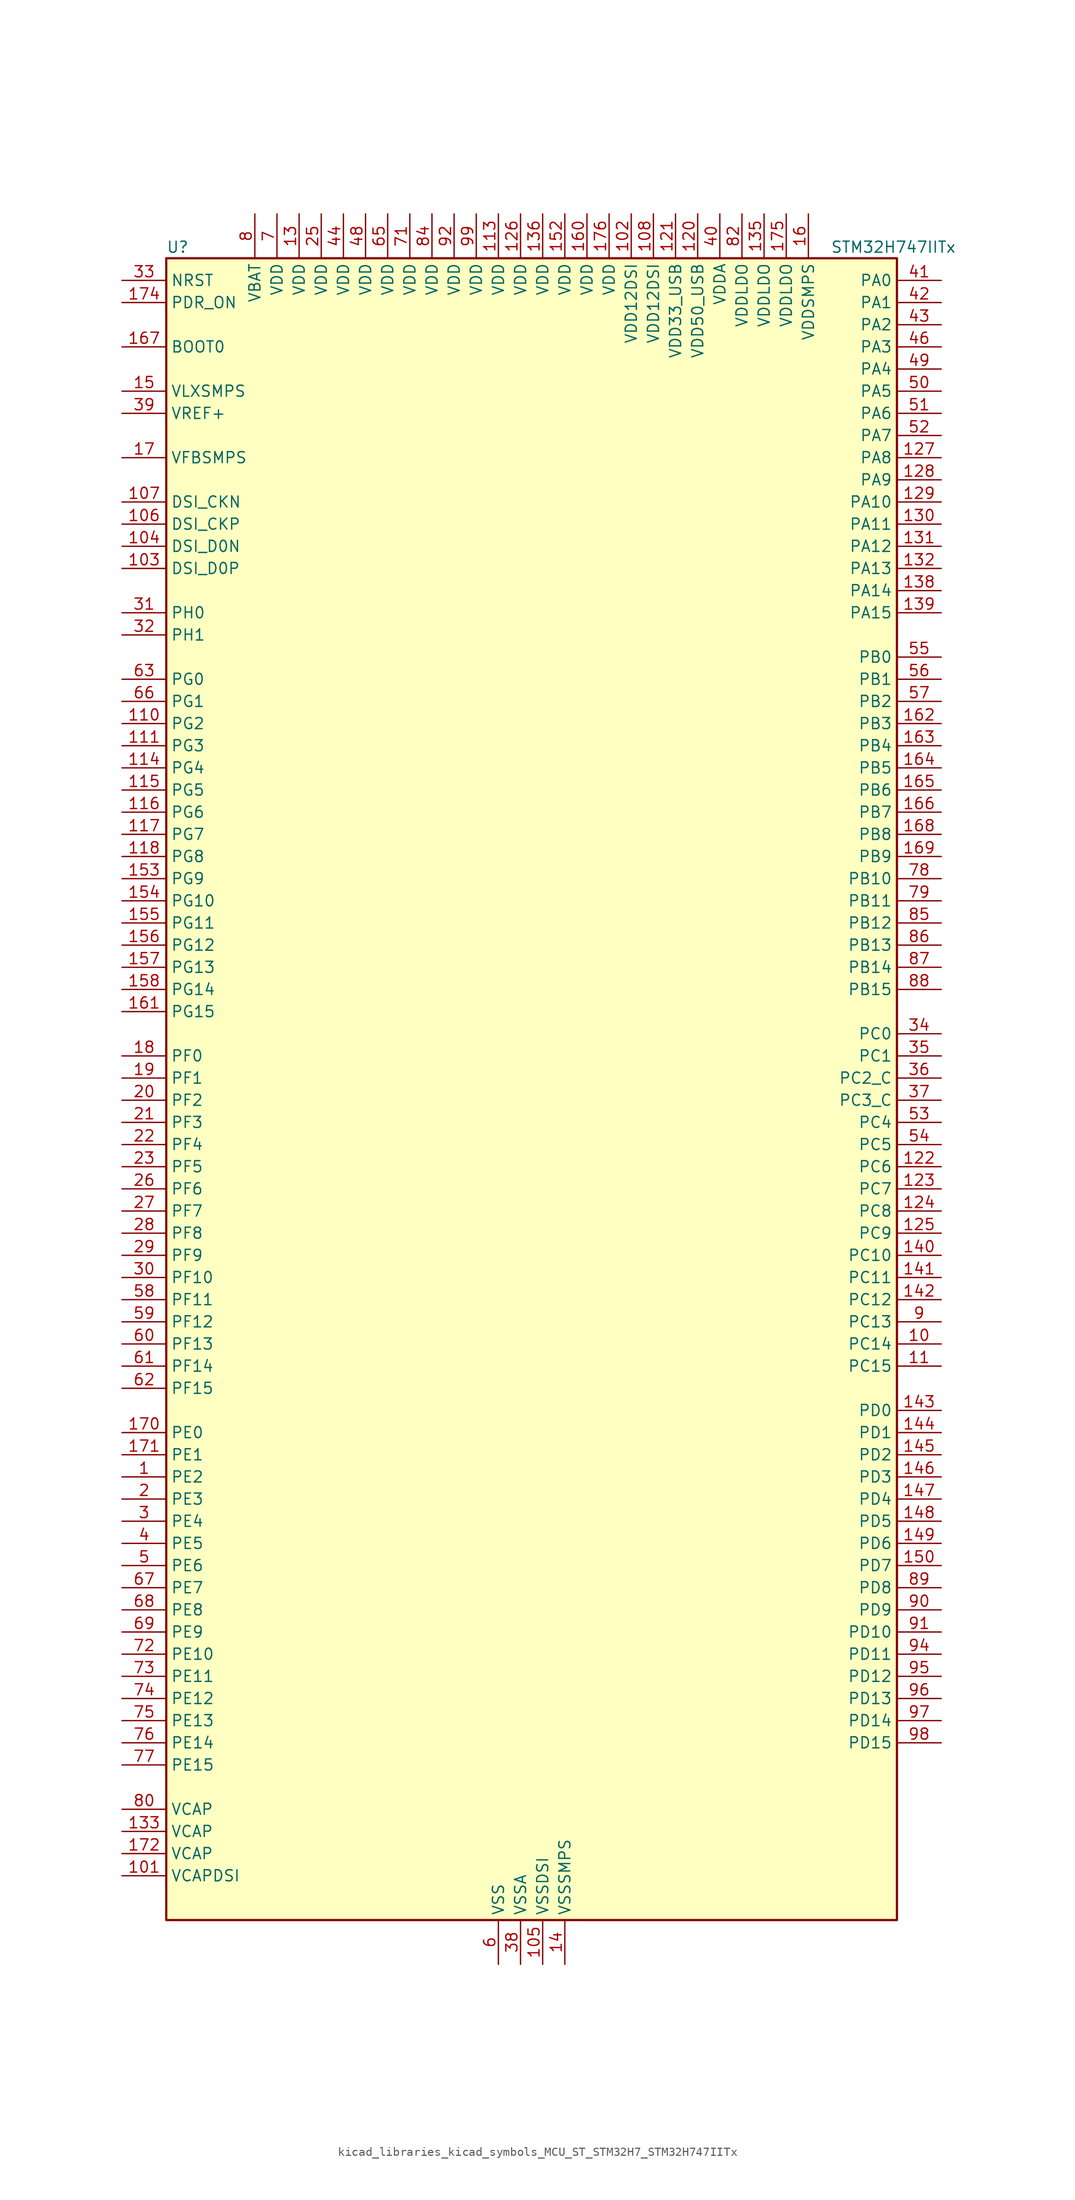
<source format=kicad_sym>
(kicad_symbol_lib
  (version 20220914)
  (generator kicad_symbol_editor)
  (symbol "kicad_libraries_kicad_symbols_MCU_ST_STM32H7_STM32H747IITx"
    (property "Reference" "U"
      (at -40.64 97.79 0)
      (effects (font (size 1.27 1.27)) (justify left)))
    (property "Value" "STM32H747IITx"
      (at 35.56 97.79 0)
      (effects (font (size 1.27 1.27)) (justify left)))
    (property "ki_locked" ""
      (at 0 0 0)
      (effects (font (size 1.27 1.27))))
    (symbol "kicad_libraries_kicad_symbols_MCU_ST_STM32H7_STM32H747IITx_0_1"
      (rectangle (start -40.64 -93.98) (end 43.18 96.52) (stroke (width 0.254) (type default)) (fill (type background))))
    (symbol "kicad_libraries_kicad_symbols_MCU_ST_STM32H7_STM32H747IITx_1_1"
      (pin bidirectional line (at -45.72 -43.18 0) (length 5.08) (name "PE2" (effects (font (size 1.27 1.27)))) (number "1" (effects (font (size 1.27 1.27)))) (alternate "DEBUG_TRACECLK" bidirectional line) (alternate "ETH_TXD3" bidirectional line) (alternate "FMC_A23" bidirectional line) (alternate "QUADSPI_BK1_IO2" bidirectional line) (alternate "SAI1_CK1" bidirectional line) (alternate "SAI1_MCLK_A" bidirectional line) (alternate "SAI4_CK1" bidirectional line) (alternate "SAI4_MCLK_A" bidirectional line) (alternate "SPI4_SCK" bidirectional line))
      (pin bidirectional line (at 48.26 -27.94 180) (length 5.08) (name "PC14" (effects (font (size 1.27 1.27)))) (number "10" (effects (font (size 1.27 1.27)))) (alternate "RCC_OSC32_IN" bidirectional line))
      (pin passive line (at -2.54 -99.06 90) (length 5.08) hide (name "VSS" (effects (font (size 1.27 1.27)))) (number "100" (effects (font (size 1.27 1.27)))))
      (pin power_out line (at -45.72 -88.9 0) (length 5.08) (name "VCAPDSI" (effects (font (size 1.27 1.27)))) (number "101" (effects (font (size 1.27 1.27)))))
      (pin power_in line (at 12.7 101.6 270) (length 5.08) (name "VDD12DSI" (effects (font (size 1.27 1.27)))) (number "102" (effects (font (size 1.27 1.27)))))
      (pin bidirectional line (at -45.72 60.96 0) (length 5.08) (name "DSI_D0P" (effects (font (size 1.27 1.27)))) (number "103" (effects (font (size 1.27 1.27)))) (alternate "DSIHOST_D0P" bidirectional line))
      (pin bidirectional line (at -45.72 63.5 0) (length 5.08) (name "DSI_D0N" (effects (font (size 1.27 1.27)))) (number "104" (effects (font (size 1.27 1.27)))) (alternate "DSIHOST_D0N" bidirectional line))
      (pin power_in line (at 2.54 -99.06 90) (length 5.08) (name "VSSDSI" (effects (font (size 1.27 1.27)))) (number "105" (effects (font (size 1.27 1.27)))))
      (pin bidirectional line (at -45.72 66.04 0) (length 5.08) (name "DSI_CKP" (effects (font (size 1.27 1.27)))) (number "106" (effects (font (size 1.27 1.27)))) (alternate "DSIHOST_CKP" bidirectional line))
      (pin bidirectional line (at -45.72 68.58 0) (length 5.08) (name "DSI_CKN" (effects (font (size 1.27 1.27)))) (number "107" (effects (font (size 1.27 1.27)))) (alternate "DSIHOST_CKN" bidirectional line))
      (pin power_in line (at 15.24 101.6 270) (length 5.08) (name "VDD12DSI" (effects (font (size 1.27 1.27)))) (number "108" (effects (font (size 1.27 1.27)))))
      (pin passive line (at 2.54 -99.06 90) (length 5.08) hide (name "VSSDSI" (effects (font (size 1.27 1.27)))) (number "109" (effects (font (size 1.27 1.27)))))
      (pin bidirectional line (at 48.26 -30.48 180) (length 5.08) (name "PC15" (effects (font (size 1.27 1.27)))) (number "11" (effects (font (size 1.27 1.27)))) (alternate "ADC1_EXTI15" bidirectional line) (alternate "ADC2_EXTI15" bidirectional line) (alternate "ADC3_EXTI15" bidirectional line) (alternate "RCC_OSC32_OUT" bidirectional line))
      (pin bidirectional line (at -45.72 43.18 0) (length 5.08) (name "PG2" (effects (font (size 1.27 1.27)))) (number "110" (effects (font (size 1.27 1.27)))) (alternate "FMC_A12" bidirectional line) (alternate "TIM8_BKIN" bidirectional line) (alternate "TIM8_BKIN_COMP1" bidirectional line) (alternate "TIM8_BKIN_COMP2" bidirectional line))
      (pin bidirectional line (at -45.72 40.64 0) (length 5.08) (name "PG3" (effects (font (size 1.27 1.27)))) (number "111" (effects (font (size 1.27 1.27)))) (alternate "FMC_A13" bidirectional line) (alternate "TIM8_BKIN2" bidirectional line) (alternate "TIM8_BKIN2_COMP1" bidirectional line) (alternate "TIM8_BKIN2_COMP2" bidirectional line))
      (pin passive line (at -2.54 -99.06 90) (length 5.08) hide (name "VSS" (effects (font (size 1.27 1.27)))) (number "112" (effects (font (size 1.27 1.27)))))
      (pin power_in line (at -2.54 101.6 270) (length 5.08) (name "VDD" (effects (font (size 1.27 1.27)))) (number "113" (effects (font (size 1.27 1.27)))))
      (pin bidirectional line (at -45.72 38.1 0) (length 5.08) (name "PG4" (effects (font (size 1.27 1.27)))) (number "114" (effects (font (size 1.27 1.27)))) (alternate "FMC_A14" bidirectional line) (alternate "FMC_BA0" bidirectional line) (alternate "TIM1_BKIN2" bidirectional line) (alternate "TIM1_BKIN2_COMP1" bidirectional line) (alternate "TIM1_BKIN2_COMP2" bidirectional line))
      (pin bidirectional line (at -45.72 35.56 0) (length 5.08) (name "PG5" (effects (font (size 1.27 1.27)))) (number "115" (effects (font (size 1.27 1.27)))) (alternate "FMC_A15" bidirectional line) (alternate "FMC_BA1" bidirectional line) (alternate "TIM1_ETR" bidirectional line))
      (pin bidirectional line (at -45.72 33.02 0) (length 5.08) (name "PG6" (effects (font (size 1.27 1.27)))) (number "116" (effects (font (size 1.27 1.27)))) (alternate "DCMI_D12" bidirectional line) (alternate "FMC_NE3" bidirectional line) (alternate "HRTIM_CHE1" bidirectional line) (alternate "LTDC_R7" bidirectional line) (alternate "QUADSPI_BK1_NCS" bidirectional line) (alternate "TIM17_BKIN" bidirectional line))
      (pin bidirectional line (at -45.72 30.48 0) (length 5.08) (name "PG7" (effects (font (size 1.27 1.27)))) (number "117" (effects (font (size 1.27 1.27)))) (alternate "DCMI_D13" bidirectional line) (alternate "FMC_INT" bidirectional line) (alternate "HRTIM_CHE2" bidirectional line) (alternate "LTDC_CLK" bidirectional line) (alternate "SAI1_MCLK_A" bidirectional line) (alternate "USART6_CK" bidirectional line))
      (pin bidirectional line (at -45.72 27.94 0) (length 5.08) (name "PG8" (effects (font (size 1.27 1.27)))) (number "118" (effects (font (size 1.27 1.27)))) (alternate "ETH_PPS_OUT" bidirectional line) (alternate "FMC_SDCLK" bidirectional line) (alternate "LTDC_G7" bidirectional line) (alternate "SPDIFRX1_IN2" bidirectional line) (alternate "SPI6_NSS" bidirectional line) (alternate "TIM8_ETR" bidirectional line) (alternate "USART6_DE" bidirectional line) (alternate "USART6_RTS" bidirectional line))
      (pin passive line (at -2.54 -99.06 90) (length 5.08) hide (name "VSS" (effects (font (size 1.27 1.27)))) (number "119" (effects (font (size 1.27 1.27)))))
      (pin passive line (at -2.54 -99.06 90) (length 5.08) hide (name "VSS" (effects (font (size 1.27 1.27)))) (number "12" (effects (font (size 1.27 1.27)))))
      (pin power_in line (at 20.32 101.6 270) (length 5.08) (name "VDD50_USB" (effects (font (size 1.27 1.27)))) (number "120" (effects (font (size 1.27 1.27)))))
      (pin power_in line (at 17.78 101.6 270) (length 5.08) (name "VDD33_USB" (effects (font (size 1.27 1.27)))) (number "121" (effects (font (size 1.27 1.27)))))
      (pin bidirectional line (at 48.26 -7.62 180) (length 5.08) (name "PC6" (effects (font (size 1.27 1.27)))) (number "122" (effects (font (size 1.27 1.27)))) (alternate "DCMI_D0" bidirectional line) (alternate "DFSDM1_CKIN3" bidirectional line) (alternate "FMC_NWAIT" bidirectional line) (alternate "HRTIM_CHA1" bidirectional line) (alternate "I2S2_MCK" bidirectional line) (alternate "LTDC_HSYNC" bidirectional line) (alternate "SDMMC1_D0DIR" bidirectional line) (alternate "SDMMC1_D6" bidirectional line) (alternate "SDMMC2_D6" bidirectional line) (alternate "SWPMI1_IO" bidirectional line) (alternate "TIM3_CH1" bidirectional line) (alternate "TIM8_CH1" bidirectional line) (alternate "USART6_TX" bidirectional line))
      (pin bidirectional line (at 48.26 -10.16 180) (length 5.08) (name "PC7" (effects (font (size 1.27 1.27)))) (number "123" (effects (font (size 1.27 1.27)))) (alternate "DCMI_D1" bidirectional line) (alternate "DEBUG_TRGIO" bidirectional line) (alternate "DFSDM1_DATIN3" bidirectional line) (alternate "FMC_NE1" bidirectional line) (alternate "HRTIM_CHA2" bidirectional line) (alternate "I2S3_MCK" bidirectional line) (alternate "LTDC_G6" bidirectional line) (alternate "SDMMC1_D123DIR" bidirectional line) (alternate "SDMMC1_D7" bidirectional line) (alternate "SDMMC2_D7" bidirectional line) (alternate "SWPMI1_TX" bidirectional line) (alternate "TIM3_CH2" bidirectional line) (alternate "TIM8_CH2" bidirectional line) (alternate "USART6_RX" bidirectional line))
      (pin bidirectional line (at 48.26 -12.7 180) (length 5.08) (name "PC8" (effects (font (size 1.27 1.27)))) (number "124" (effects (font (size 1.27 1.27)))) (alternate "DCMI_D2" bidirectional line) (alternate "DEBUG_TRACED1" bidirectional line) (alternate "FMC_NCE" bidirectional line) (alternate "FMC_NE2" bidirectional line) (alternate "HRTIM_CHB1" bidirectional line) (alternate "SDMMC1_D0" bidirectional line) (alternate "SWPMI1_RX" bidirectional line) (alternate "TIM3_CH3" bidirectional line) (alternate "TIM8_CH3" bidirectional line) (alternate "UART5_DE" bidirectional line) (alternate "UART5_RTS" bidirectional line) (alternate "USART6_CK" bidirectional line))
      (pin bidirectional line (at 48.26 -15.24 180) (length 5.08) (name "PC9" (effects (font (size 1.27 1.27)))) (number "125" (effects (font (size 1.27 1.27)))) (alternate "DAC1_EXTI9" bidirectional line) (alternate "DCMI_D3" bidirectional line) (alternate "I2C3_SDA" bidirectional line) (alternate "I2S_CKIN" bidirectional line) (alternate "LTDC_B2" bidirectional line) (alternate "LTDC_G3" bidirectional line) (alternate "QUADSPI_BK1_IO0" bidirectional line) (alternate "RCC_MCO_2" bidirectional line) (alternate "SDMMC1_D1" bidirectional line) (alternate "SWPMI1_SUSPEND" bidirectional line) (alternate "TIM3_CH4" bidirectional line) (alternate "TIM8_CH4" bidirectional line) (alternate "UART5_CTS" bidirectional line))
      (pin power_in line (at 0 101.6 270) (length 5.08) (name "VDD" (effects (font (size 1.27 1.27)))) (number "126" (effects (font (size 1.27 1.27)))))
      (pin bidirectional line (at 48.26 73.66 180) (length 5.08) (name "PA8" (effects (font (size 1.27 1.27)))) (number "127" (effects (font (size 1.27 1.27)))) (alternate "HRTIM_CHB2" bidirectional line) (alternate "I2C3_SCL" bidirectional line) (alternate "LTDC_B3" bidirectional line) (alternate "LTDC_R6" bidirectional line) (alternate "RCC_MCO_1" bidirectional line) (alternate "TIM1_CH1" bidirectional line) (alternate "TIM8_BKIN2" bidirectional line) (alternate "TIM8_BKIN2_COMP1" bidirectional line) (alternate "TIM8_BKIN2_COMP2" bidirectional line) (alternate "UART7_RX" bidirectional line) (alternate "USART1_CK" bidirectional line) (alternate "USB_OTG_FS_SOF" bidirectional line))
      (pin bidirectional line (at 48.26 71.12 180) (length 5.08) (name "PA9" (effects (font (size 1.27 1.27)))) (number "128" (effects (font (size 1.27 1.27)))) (alternate "DAC1_EXTI9" bidirectional line) (alternate "DCMI_D0" bidirectional line) (alternate "HRTIM_CHC1" bidirectional line) (alternate "I2C3_SMBA" bidirectional line) (alternate "I2S2_CK" bidirectional line) (alternate "LPUART1_TX" bidirectional line) (alternate "LTDC_R5" bidirectional line) (alternate "SPI2_SCK" bidirectional line) (alternate "TIM1_CH2" bidirectional line) (alternate "USART1_TX" bidirectional line) (alternate "USB_OTG_FS_VBUS" bidirectional line))
      (pin bidirectional line (at 48.26 68.58 180) (length 5.08) (name "PA10" (effects (font (size 1.27 1.27)))) (number "129" (effects (font (size 1.27 1.27)))) (alternate "DCMI_D1" bidirectional line) (alternate "HRTIM_CHC2" bidirectional line) (alternate "LPUART1_RX" bidirectional line) (alternate "LTDC_B1" bidirectional line) (alternate "LTDC_B4" bidirectional line) (alternate "MDIOS_MDIO" bidirectional line) (alternate "TIM1_CH3" bidirectional line) (alternate "USART1_RX" bidirectional line) (alternate "USB_OTG_FS_ID" bidirectional line))
      (pin power_in line (at -25.4 101.6 270) (length 5.08) (name "VDD" (effects (font (size 1.27 1.27)))) (number "13" (effects (font (size 1.27 1.27)))))
      (pin bidirectional line (at 48.26 66.04 180) (length 5.08) (name "PA11" (effects (font (size 1.27 1.27)))) (number "130" (effects (font (size 1.27 1.27)))) (alternate "ADC1_EXTI11" bidirectional line) (alternate "ADC2_EXTI11" bidirectional line) (alternate "ADC3_EXTI11" bidirectional line) (alternate "FDCAN1_RX" bidirectional line) (alternate "HRTIM_CHD1" bidirectional line) (alternate "I2S2_WS" bidirectional line) (alternate "LPUART1_CTS" bidirectional line) (alternate "LTDC_R4" bidirectional line) (alternate "SPI2_NSS" bidirectional line) (alternate "TIM1_CH4" bidirectional line) (alternate "UART4_RX" bidirectional line) (alternate "USART1_CTS" bidirectional line) (alternate "USART1_NSS" bidirectional line) (alternate "USB_OTG_FS_DM" bidirectional line))
      (pin bidirectional line (at 48.26 63.5 180) (length 5.08) (name "PA12" (effects (font (size 1.27 1.27)))) (number "131" (effects (font (size 1.27 1.27)))) (alternate "FDCAN1_TX" bidirectional line) (alternate "HRTIM_CHD2" bidirectional line) (alternate "I2S2_CK" bidirectional line) (alternate "LPUART1_DE" bidirectional line) (alternate "LPUART1_RTS" bidirectional line) (alternate "LTDC_R5" bidirectional line) (alternate "SAI2_FS_B" bidirectional line) (alternate "SPI2_SCK" bidirectional line) (alternate "TIM1_ETR" bidirectional line) (alternate "UART4_TX" bidirectional line) (alternate "USART1_DE" bidirectional line) (alternate "USART1_RTS" bidirectional line) (alternate "USB_OTG_FS_DP" bidirectional line))
      (pin bidirectional line (at 48.26 60.96 180) (length 5.08) (name "PA13" (effects (font (size 1.27 1.27)))) (number "132" (effects (font (size 1.27 1.27)))) (alternate "DEBUG_JTMS-SWDIO" bidirectional line))
      (pin power_out line (at -45.72 -83.82 0) (length 5.08) (name "VCAP" (effects (font (size 1.27 1.27)))) (number "133" (effects (font (size 1.27 1.27)))))
      (pin passive line (at -2.54 -99.06 90) (length 5.08) hide (name "VSS" (effects (font (size 1.27 1.27)))) (number "134" (effects (font (size 1.27 1.27)))))
      (pin power_in line (at 27.94 101.6 270) (length 5.08) (name "VDDLDO" (effects (font (size 1.27 1.27)))) (number "135" (effects (font (size 1.27 1.27)))))
      (pin power_in line (at 2.54 101.6 270) (length 5.08) (name "VDD" (effects (font (size 1.27 1.27)))) (number "136" (effects (font (size 1.27 1.27)))))
      (pin passive line (at -2.54 -99.06 90) (length 5.08) hide (name "VSS" (effects (font (size 1.27 1.27)))) (number "137" (effects (font (size 1.27 1.27)))))
      (pin bidirectional line (at 48.26 58.42 180) (length 5.08) (name "PA14" (effects (font (size 1.27 1.27)))) (number "138" (effects (font (size 1.27 1.27)))) (alternate "DEBUG_JTCK-SWCLK" bidirectional line))
      (pin bidirectional line (at 48.26 55.88 180) (length 5.08) (name "PA15" (effects (font (size 1.27 1.27)))) (number "139" (effects (font (size 1.27 1.27)))) (alternate "ADC1_EXTI15" bidirectional line) (alternate "ADC2_EXTI15" bidirectional line) (alternate "ADC3_EXTI15" bidirectional line) (alternate "CEC" bidirectional line) (alternate "DEBUG_JTDI" bidirectional line) (alternate "DSIHOST_TE" bidirectional line) (alternate "HRTIM_FLT1" bidirectional line) (alternate "I2S1_WS" bidirectional line) (alternate "I2S3_WS" bidirectional line) (alternate "SPI1_NSS" bidirectional line) (alternate "SPI3_NSS" bidirectional line) (alternate "SPI6_NSS" bidirectional line) (alternate "TIM2_CH1" bidirectional line) (alternate "TIM2_ETR" bidirectional line) (alternate "UART4_DE" bidirectional line) (alternate "UART4_RTS" bidirectional line) (alternate "UART7_TX" bidirectional line))
      (pin power_in line (at 5.08 -99.06 90) (length 5.08) (name "VSSSMPS" (effects (font (size 1.27 1.27)))) (number "14" (effects (font (size 1.27 1.27)))))
      (pin bidirectional line (at 48.26 -17.78 180) (length 5.08) (name "PC10" (effects (font (size 1.27 1.27)))) (number "140" (effects (font (size 1.27 1.27)))) (alternate "DCMI_D8" bidirectional line) (alternate "DFSDM1_CKIN5" bidirectional line) (alternate "HRTIM_EEV1" bidirectional line) (alternate "I2S3_CK" bidirectional line) (alternate "LTDC_R2" bidirectional line) (alternate "QUADSPI_BK1_IO1" bidirectional line) (alternate "SDMMC1_D2" bidirectional line) (alternate "SPI3_SCK" bidirectional line) (alternate "UART4_TX" bidirectional line) (alternate "USART3_TX" bidirectional line))
      (pin bidirectional line (at 48.26 -20.32 180) (length 5.08) (name "PC11" (effects (font (size 1.27 1.27)))) (number "141" (effects (font (size 1.27 1.27)))) (alternate "ADC1_EXTI11" bidirectional line) (alternate "ADC2_EXTI11" bidirectional line) (alternate "ADC3_EXTI11" bidirectional line) (alternate "DCMI_D4" bidirectional line) (alternate "DFSDM1_DATIN5" bidirectional line) (alternate "HRTIM_FLT2" bidirectional line) (alternate "I2S3_SDI" bidirectional line) (alternate "QUADSPI_BK2_NCS" bidirectional line) (alternate "SDMMC1_D3" bidirectional line) (alternate "SPI3_MISO" bidirectional line) (alternate "UART4_RX" bidirectional line) (alternate "USART3_RX" bidirectional line))
      (pin bidirectional line (at 48.26 -22.86 180) (length 5.08) (name "PC12" (effects (font (size 1.27 1.27)))) (number "142" (effects (font (size 1.27 1.27)))) (alternate "DCMI_D9" bidirectional line) (alternate "DEBUG_TRACED3" bidirectional line) (alternate "HRTIM_EEV2" bidirectional line) (alternate "I2S3_SDO" bidirectional line) (alternate "SDMMC1_CK" bidirectional line) (alternate "SPI3_MOSI" bidirectional line) (alternate "UART5_TX" bidirectional line) (alternate "USART3_CK" bidirectional line))
      (pin bidirectional line (at 48.26 -35.56 180) (length 5.08) (name "PD0" (effects (font (size 1.27 1.27)))) (number "143" (effects (font (size 1.27 1.27)))) (alternate "DFSDM1_CKIN6" bidirectional line) (alternate "FDCAN1_RX" bidirectional line) (alternate "FMC_D2" bidirectional line) (alternate "FMC_DA2" bidirectional line) (alternate "SAI3_SCK_A" bidirectional line) (alternate "UART4_RX" bidirectional line))
      (pin bidirectional line (at 48.26 -38.1 180) (length 5.08) (name "PD1" (effects (font (size 1.27 1.27)))) (number "144" (effects (font (size 1.27 1.27)))) (alternate "DFSDM1_DATIN6" bidirectional line) (alternate "FDCAN1_TX" bidirectional line) (alternate "FMC_D3" bidirectional line) (alternate "FMC_DA3" bidirectional line) (alternate "SAI3_SD_A" bidirectional line) (alternate "UART4_TX" bidirectional line))
      (pin bidirectional line (at 48.26 -40.64 180) (length 5.08) (name "PD2" (effects (font (size 1.27 1.27)))) (number "145" (effects (font (size 1.27 1.27)))) (alternate "DCMI_D11" bidirectional line) (alternate "DEBUG_TRACED2" bidirectional line) (alternate "SDMMC1_CMD" bidirectional line) (alternate "TIM3_ETR" bidirectional line) (alternate "UART5_RX" bidirectional line))
      (pin bidirectional line (at 48.26 -43.18 180) (length 5.08) (name "PD3" (effects (font (size 1.27 1.27)))) (number "146" (effects (font (size 1.27 1.27)))) (alternate "DCMI_D5" bidirectional line) (alternate "DFSDM1_CKOUT" bidirectional line) (alternate "FMC_CLK" bidirectional line) (alternate "I2S2_CK" bidirectional line) (alternate "LTDC_G7" bidirectional line) (alternate "SPI2_SCK" bidirectional line) (alternate "USART2_CTS" bidirectional line) (alternate "USART2_NSS" bidirectional line))
      (pin bidirectional line (at 48.26 -45.72 180) (length 5.08) (name "PD4" (effects (font (size 1.27 1.27)))) (number "147" (effects (font (size 1.27 1.27)))) (alternate "FMC_NOE" bidirectional line) (alternate "HRTIM_FLT3" bidirectional line) (alternate "SAI3_FS_A" bidirectional line) (alternate "USART2_DE" bidirectional line) (alternate "USART2_RTS" bidirectional line))
      (pin bidirectional line (at 48.26 -48.26 180) (length 5.08) (name "PD5" (effects (font (size 1.27 1.27)))) (number "148" (effects (font (size 1.27 1.27)))) (alternate "FMC_NWE" bidirectional line) (alternate "HRTIM_EEV3" bidirectional line) (alternate "USART2_TX" bidirectional line))
      (pin bidirectional line (at 48.26 -50.8 180) (length 5.08) (name "PD6" (effects (font (size 1.27 1.27)))) (number "149" (effects (font (size 1.27 1.27)))) (alternate "DCMI_D10" bidirectional line) (alternate "DFSDM1_CKIN4" bidirectional line) (alternate "DFSDM1_DATIN1" bidirectional line) (alternate "FMC_NWAIT" bidirectional line) (alternate "I2S3_SDO" bidirectional line) (alternate "LTDC_B2" bidirectional line) (alternate "SAI1_D1" bidirectional line) (alternate "SAI1_SD_A" bidirectional line) (alternate "SAI4_D1" bidirectional line) (alternate "SAI4_SD_A" bidirectional line) (alternate "SDMMC2_CK" bidirectional line) (alternate "SPI3_MOSI" bidirectional line) (alternate "USART2_RX" bidirectional line))
      (pin power_in line (at -45.72 81.28 0) (length 5.08) (name "VLXSMPS" (effects (font (size 1.27 1.27)))) (number "15" (effects (font (size 1.27 1.27)))))
      (pin bidirectional line (at 48.26 -53.34 180) (length 5.08) (name "PD7" (effects (font (size 1.27 1.27)))) (number "150" (effects (font (size 1.27 1.27)))) (alternate "DFSDM1_CKIN1" bidirectional line) (alternate "DFSDM1_DATIN4" bidirectional line) (alternate "FMC_NE1" bidirectional line) (alternate "I2S1_SDO" bidirectional line) (alternate "SDMMC2_CMD" bidirectional line) (alternate "SPDIFRX1_IN0" bidirectional line) (alternate "SPI1_MOSI" bidirectional line) (alternate "USART2_CK" bidirectional line))
      (pin passive line (at -2.54 -99.06 90) (length 5.08) hide (name "VSS" (effects (font (size 1.27 1.27)))) (number "151" (effects (font (size 1.27 1.27)))))
      (pin power_in line (at 5.08 101.6 270) (length 5.08) (name "VDD" (effects (font (size 1.27 1.27)))) (number "152" (effects (font (size 1.27 1.27)))))
      (pin bidirectional line (at -45.72 25.4 0) (length 5.08) (name "PG9" (effects (font (size 1.27 1.27)))) (number "153" (effects (font (size 1.27 1.27)))) (alternate "DAC1_EXTI9" bidirectional line) (alternate "DCMI_VSYNC" bidirectional line) (alternate "FMC_NCE" bidirectional line) (alternate "FMC_NE2" bidirectional line) (alternate "I2S1_SDI" bidirectional line) (alternate "QUADSPI_BK2_IO2" bidirectional line) (alternate "SAI2_FS_B" bidirectional line) (alternate "SPDIFRX1_IN3" bidirectional line) (alternate "SPI1_MISO" bidirectional line) (alternate "USART6_RX" bidirectional line))
      (pin bidirectional line (at -45.72 22.86 0) (length 5.08) (name "PG10" (effects (font (size 1.27 1.27)))) (number "154" (effects (font (size 1.27 1.27)))) (alternate "DCMI_D2" bidirectional line) (alternate "FMC_NE3" bidirectional line) (alternate "HRTIM_FLT5" bidirectional line) (alternate "I2S1_WS" bidirectional line) (alternate "LTDC_B2" bidirectional line) (alternate "LTDC_G3" bidirectional line) (alternate "SAI2_SD_B" bidirectional line) (alternate "SPI1_NSS" bidirectional line))
      (pin bidirectional line (at -45.72 20.32 0) (length 5.08) (name "PG11" (effects (font (size 1.27 1.27)))) (number "155" (effects (font (size 1.27 1.27)))) (alternate "ADC1_EXTI11" bidirectional line) (alternate "ADC2_EXTI11" bidirectional line) (alternate "ADC3_EXTI11" bidirectional line) (alternate "DCMI_D3" bidirectional line) (alternate "ETH_TX_EN" bidirectional line) (alternate "HRTIM_EEV4" bidirectional line) (alternate "I2S1_CK" bidirectional line) (alternate "LPTIM1_IN2" bidirectional line) (alternate "LTDC_B3" bidirectional line) (alternate "SDMMC2_D2" bidirectional line) (alternate "SPDIFRX1_IN0" bidirectional line) (alternate "SPI1_SCK" bidirectional line))
      (pin bidirectional line (at -45.72 17.78 0) (length 5.08) (name "PG12" (effects (font (size 1.27 1.27)))) (number "156" (effects (font (size 1.27 1.27)))) (alternate "ETH_TXD1" bidirectional line) (alternate "FMC_NE4" bidirectional line) (alternate "HRTIM_EEV5" bidirectional line) (alternate "LPTIM1_IN1" bidirectional line) (alternate "LTDC_B1" bidirectional line) (alternate "LTDC_B4" bidirectional line) (alternate "SPDIFRX1_IN1" bidirectional line) (alternate "SPI6_MISO" bidirectional line) (alternate "USART6_DE" bidirectional line) (alternate "USART6_RTS" bidirectional line))
      (pin bidirectional line (at -45.72 15.24 0) (length 5.08) (name "PG13" (effects (font (size 1.27 1.27)))) (number "157" (effects (font (size 1.27 1.27)))) (alternate "DEBUG_TRACED0" bidirectional line) (alternate "ETH_TXD0" bidirectional line) (alternate "FMC_A24" bidirectional line) (alternate "HRTIM_EEV10" bidirectional line) (alternate "LPTIM1_OUT" bidirectional line) (alternate "LTDC_R0" bidirectional line) (alternate "SPI6_SCK" bidirectional line) (alternate "USART6_CTS" bidirectional line) (alternate "USART6_NSS" bidirectional line))
      (pin bidirectional line (at -45.72 12.7 0) (length 5.08) (name "PG14" (effects (font (size 1.27 1.27)))) (number "158" (effects (font (size 1.27 1.27)))) (alternate "DEBUG_TRACED1" bidirectional line) (alternate "ETH_TXD1" bidirectional line) (alternate "FMC_A25" bidirectional line) (alternate "LPTIM1_ETR" bidirectional line) (alternate "LTDC_B0" bidirectional line) (alternate "QUADSPI_BK2_IO3" bidirectional line) (alternate "SPI6_MOSI" bidirectional line) (alternate "USART6_TX" bidirectional line))
      (pin passive line (at -2.54 -99.06 90) (length 5.08) hide (name "VSS" (effects (font (size 1.27 1.27)))) (number "159" (effects (font (size 1.27 1.27)))))
      (pin power_in line (at 33.02 101.6 270) (length 5.08) (name "VDDSMPS" (effects (font (size 1.27 1.27)))) (number "16" (effects (font (size 1.27 1.27)))))
      (pin power_in line (at 7.62 101.6 270) (length 5.08) (name "VDD" (effects (font (size 1.27 1.27)))) (number "160" (effects (font (size 1.27 1.27)))))
      (pin bidirectional line (at -45.72 10.16 0) (length 5.08) (name "PG15" (effects (font (size 1.27 1.27)))) (number "161" (effects (font (size 1.27 1.27)))) (alternate "ADC1_EXTI15" bidirectional line) (alternate "ADC2_EXTI15" bidirectional line) (alternate "ADC3_EXTI15" bidirectional line) (alternate "DCMI_D13" bidirectional line) (alternate "FMC_SDNCAS" bidirectional line) (alternate "USART6_CTS" bidirectional line) (alternate "USART6_NSS" bidirectional line))
      (pin bidirectional line (at 48.26 43.18 180) (length 5.08) (name "PB3" (effects (font (size 1.27 1.27)))) (number "162" (effects (font (size 1.27 1.27)))) (alternate "CRS_SYNC" bidirectional line) (alternate "DEBUG_JTDO-SWO" bidirectional line) (alternate "HRTIM_FLT4" bidirectional line) (alternate "I2S1_CK" bidirectional line) (alternate "I2S3_CK" bidirectional line) (alternate "SDMMC2_D2" bidirectional line) (alternate "SPI1_SCK" bidirectional line) (alternate "SPI3_SCK" bidirectional line) (alternate "SPI6_SCK" bidirectional line) (alternate "TIM2_CH2" bidirectional line) (alternate "UART7_RX" bidirectional line))
      (pin bidirectional line (at 48.26 40.64 180) (length 5.08) (name "PB4" (effects (font (size 1.27 1.27)))) (number "163" (effects (font (size 1.27 1.27)))) (alternate "DEBUG_JTRST" bidirectional line) (alternate "HRTIM_EEV6" bidirectional line) (alternate "I2S1_SDI" bidirectional line) (alternate "I2S2_WS" bidirectional line) (alternate "I2S3_SDI" bidirectional line) (alternate "SDMMC2_D3" bidirectional line) (alternate "SPI1_MISO" bidirectional line) (alternate "SPI2_NSS" bidirectional line) (alternate "SPI3_MISO" bidirectional line) (alternate "SPI6_MISO" bidirectional line) (alternate "TIM16_BKIN" bidirectional line) (alternate "TIM3_CH1" bidirectional line) (alternate "UART7_TX" bidirectional line))
      (pin bidirectional line (at 48.26 38.1 180) (length 5.08) (name "PB5" (effects (font (size 1.27 1.27)))) (number "164" (effects (font (size 1.27 1.27)))) (alternate "DCMI_D10" bidirectional line) (alternate "ETH_PPS_OUT" bidirectional line) (alternate "FDCAN2_RX" bidirectional line) (alternate "FMC_SDCKE1" bidirectional line) (alternate "HRTIM_EEV7" bidirectional line) (alternate "I2C1_SMBA" bidirectional line) (alternate "I2C4_SMBA" bidirectional line) (alternate "I2S1_SDO" bidirectional line) (alternate "I2S3_SDO" bidirectional line) (alternate "SPI1_MOSI" bidirectional line) (alternate "SPI3_MOSI" bidirectional line) (alternate "SPI6_MOSI" bidirectional line) (alternate "TIM17_BKIN" bidirectional line) (alternate "TIM3_CH2" bidirectional line) (alternate "UART5_RX" bidirectional line) (alternate "USB_OTG_HS_ULPI_D7" bidirectional line))
      (pin bidirectional line (at 48.26 35.56 180) (length 5.08) (name "PB6" (effects (font (size 1.27 1.27)))) (number "165" (effects (font (size 1.27 1.27)))) (alternate "CEC" bidirectional line) (alternate "DCMI_D5" bidirectional line) (alternate "DFSDM1_DATIN5" bidirectional line) (alternate "FDCAN2_TX" bidirectional line) (alternate "FMC_SDNE1" bidirectional line) (alternate "HRTIM_EEV8" bidirectional line) (alternate "I2C1_SCL" bidirectional line) (alternate "I2C4_SCL" bidirectional line) (alternate "LPUART1_TX" bidirectional line) (alternate "QUADSPI_BK1_NCS" bidirectional line) (alternate "TIM16_CH1N" bidirectional line) (alternate "TIM4_CH1" bidirectional line) (alternate "UART5_TX" bidirectional line) (alternate "USART1_TX" bidirectional line))
      (pin bidirectional line (at 48.26 33.02 180) (length 5.08) (name "PB7" (effects (font (size 1.27 1.27)))) (number "166" (effects (font (size 1.27 1.27)))) (alternate "DCMI_VSYNC" bidirectional line) (alternate "DFSDM1_CKIN5" bidirectional line) (alternate "FMC_NL" bidirectional line) (alternate "HRTIM_EEV9" bidirectional line) (alternate "I2C1_SDA" bidirectional line) (alternate "I2C4_SDA" bidirectional line) (alternate "LPUART1_RX" bidirectional line) (alternate "PWR_PVD_IN" bidirectional line) (alternate "TIM17_CH1N" bidirectional line) (alternate "TIM4_CH2" bidirectional line) (alternate "USART1_RX" bidirectional line))
      (pin input line (at -45.72 86.36 0) (length 5.08) (name "BOOT0" (effects (font (size 1.27 1.27)))) (number "167" (effects (font (size 1.27 1.27)))))
      (pin bidirectional line (at 48.26 30.48 180) (length 5.08) (name "PB8" (effects (font (size 1.27 1.27)))) (number "168" (effects (font (size 1.27 1.27)))) (alternate "DCMI_D6" bidirectional line) (alternate "DFSDM1_CKIN7" bidirectional line) (alternate "ETH_TXD3" bidirectional line) (alternate "FDCAN1_RX" bidirectional line) (alternate "I2C1_SCL" bidirectional line) (alternate "I2C4_SCL" bidirectional line) (alternate "LTDC_B6" bidirectional line) (alternate "SDMMC1_CKIN" bidirectional line) (alternate "SDMMC1_D4" bidirectional line) (alternate "SDMMC2_D4" bidirectional line) (alternate "TIM16_CH1" bidirectional line) (alternate "TIM4_CH3" bidirectional line) (alternate "UART4_RX" bidirectional line))
      (pin bidirectional line (at 48.26 27.94 180) (length 5.08) (name "PB9" (effects (font (size 1.27 1.27)))) (number "169" (effects (font (size 1.27 1.27)))) (alternate "DAC1_EXTI9" bidirectional line) (alternate "DCMI_D7" bidirectional line) (alternate "DFSDM1_DATIN7" bidirectional line) (alternate "FDCAN1_TX" bidirectional line) (alternate "I2C1_SDA" bidirectional line) (alternate "I2C4_SDA" bidirectional line) (alternate "I2C4_SMBA" bidirectional line) (alternate "I2S2_WS" bidirectional line) (alternate "LTDC_B7" bidirectional line) (alternate "SDMMC1_CDIR" bidirectional line) (alternate "SDMMC1_D5" bidirectional line) (alternate "SDMMC2_D5" bidirectional line) (alternate "SPI2_NSS" bidirectional line) (alternate "TIM17_CH1" bidirectional line) (alternate "TIM4_CH4" bidirectional line) (alternate "UART4_TX" bidirectional line))
      (pin input line (at -45.72 73.66 0) (length 5.08) (name "VFBSMPS" (effects (font (size 1.27 1.27)))) (number "17" (effects (font (size 1.27 1.27)))))
      (pin bidirectional line (at -45.72 -38.1 0) (length 5.08) (name "PE0" (effects (font (size 1.27 1.27)))) (number "170" (effects (font (size 1.27 1.27)))) (alternate "DCMI_D2" bidirectional line) (alternate "FMC_NBL0" bidirectional line) (alternate "HRTIM_SCIN" bidirectional line) (alternate "LPTIM1_ETR" bidirectional line) (alternate "LPTIM2_ETR" bidirectional line) (alternate "SAI2_MCLK_A" bidirectional line) (alternate "TIM4_ETR" bidirectional line) (alternate "UART8_RX" bidirectional line))
      (pin bidirectional line (at -45.72 -40.64 0) (length 5.08) (name "PE1" (effects (font (size 1.27 1.27)))) (number "171" (effects (font (size 1.27 1.27)))) (alternate "DCMI_D3" bidirectional line) (alternate "FMC_NBL1" bidirectional line) (alternate "HRTIM_SCOUT" bidirectional line) (alternate "LPTIM1_IN2" bidirectional line) (alternate "UART8_TX" bidirectional line))
      (pin power_out line (at -45.72 -86.36 0) (length 5.08) (name "VCAP" (effects (font (size 1.27 1.27)))) (number "172" (effects (font (size 1.27 1.27)))))
      (pin passive line (at -2.54 -99.06 90) (length 5.08) hide (name "VSS" (effects (font (size 1.27 1.27)))) (number "173" (effects (font (size 1.27 1.27)))))
      (pin input line (at -45.72 91.44 0) (length 5.08) (name "PDR_ON" (effects (font (size 1.27 1.27)))) (number "174" (effects (font (size 1.27 1.27)))))
      (pin power_in line (at 30.48 101.6 270) (length 5.08) (name "VDDLDO" (effects (font (size 1.27 1.27)))) (number "175" (effects (font (size 1.27 1.27)))))
      (pin power_in line (at 10.16 101.6 270) (length 5.08) (name "VDD" (effects (font (size 1.27 1.27)))) (number "176" (effects (font (size 1.27 1.27)))))
      (pin bidirectional line (at -45.72 5.08 0) (length 5.08) (name "PF0" (effects (font (size 1.27 1.27)))) (number "18" (effects (font (size 1.27 1.27)))) (alternate "FMC_A0" bidirectional line) (alternate "I2C2_SDA" bidirectional line))
      (pin bidirectional line (at -45.72 2.54 0) (length 5.08) (name "PF1" (effects (font (size 1.27 1.27)))) (number "19" (effects (font (size 1.27 1.27)))) (alternate "FMC_A1" bidirectional line) (alternate "I2C2_SCL" bidirectional line))
      (pin bidirectional line (at -45.72 -45.72 0) (length 5.08) (name "PE3" (effects (font (size 1.27 1.27)))) (number "2" (effects (font (size 1.27 1.27)))) (alternate "DEBUG_TRACED0" bidirectional line) (alternate "FMC_A19" bidirectional line) (alternate "SAI1_SD_B" bidirectional line) (alternate "SAI4_SD_B" bidirectional line) (alternate "TIM15_BKIN" bidirectional line))
      (pin bidirectional line (at -45.72 0 0) (length 5.08) (name "PF2" (effects (font (size 1.27 1.27)))) (number "20" (effects (font (size 1.27 1.27)))) (alternate "FMC_A2" bidirectional line) (alternate "I2C2_SMBA" bidirectional line))
      (pin bidirectional line (at -45.72 -2.54 0) (length 5.08) (name "PF3" (effects (font (size 1.27 1.27)))) (number "21" (effects (font (size 1.27 1.27)))) (alternate "ADC3_INP5" bidirectional line) (alternate "FMC_A3" bidirectional line))
      (pin bidirectional line (at -45.72 -5.08 0) (length 5.08) (name "PF4" (effects (font (size 1.27 1.27)))) (number "22" (effects (font (size 1.27 1.27)))) (alternate "ADC3_INN5" bidirectional line) (alternate "ADC3_INP9" bidirectional line) (alternate "FMC_A4" bidirectional line))
      (pin bidirectional line (at -45.72 -7.62 0) (length 5.08) (name "PF5" (effects (font (size 1.27 1.27)))) (number "23" (effects (font (size 1.27 1.27)))) (alternate "ADC3_INP4" bidirectional line) (alternate "FMC_A5" bidirectional line))
      (pin passive line (at -2.54 -99.06 90) (length 5.08) hide (name "VSS" (effects (font (size 1.27 1.27)))) (number "24" (effects (font (size 1.27 1.27)))))
      (pin power_in line (at -22.86 101.6 270) (length 5.08) (name "VDD" (effects (font (size 1.27 1.27)))) (number "25" (effects (font (size 1.27 1.27)))))
      (pin bidirectional line (at -45.72 -10.16 0) (length 5.08) (name "PF6" (effects (font (size 1.27 1.27)))) (number "26" (effects (font (size 1.27 1.27)))) (alternate "ADC3_INN4" bidirectional line) (alternate "ADC3_INP8" bidirectional line) (alternate "QUADSPI_BK1_IO3" bidirectional line) (alternate "SAI1_SD_B" bidirectional line) (alternate "SAI4_SD_B" bidirectional line) (alternate "SPI5_NSS" bidirectional line) (alternate "TIM16_CH1" bidirectional line) (alternate "UART7_RX" bidirectional line))
      (pin bidirectional line (at -45.72 -12.7 0) (length 5.08) (name "PF7" (effects (font (size 1.27 1.27)))) (number "27" (effects (font (size 1.27 1.27)))) (alternate "ADC3_INP3" bidirectional line) (alternate "QUADSPI_BK1_IO2" bidirectional line) (alternate "SAI1_MCLK_B" bidirectional line) (alternate "SAI4_MCLK_B" bidirectional line) (alternate "SPI5_SCK" bidirectional line) (alternate "TIM17_CH1" bidirectional line) (alternate "UART7_TX" bidirectional line))
      (pin bidirectional line (at -45.72 -15.24 0) (length 5.08) (name "PF8" (effects (font (size 1.27 1.27)))) (number "28" (effects (font (size 1.27 1.27)))) (alternate "ADC3_INN3" bidirectional line) (alternate "ADC3_INP7" bidirectional line) (alternate "QUADSPI_BK1_IO0" bidirectional line) (alternate "SAI1_SCK_B" bidirectional line) (alternate "SAI4_SCK_B" bidirectional line) (alternate "SPI5_MISO" bidirectional line) (alternate "TIM13_CH1" bidirectional line) (alternate "TIM16_CH1N" bidirectional line) (alternate "UART7_DE" bidirectional line) (alternate "UART7_RTS" bidirectional line))
      (pin bidirectional line (at -45.72 -17.78 0) (length 5.08) (name "PF9" (effects (font (size 1.27 1.27)))) (number "29" (effects (font (size 1.27 1.27)))) (alternate "ADC3_INP2" bidirectional line) (alternate "DAC1_EXTI9" bidirectional line) (alternate "QUADSPI_BK1_IO1" bidirectional line) (alternate "SAI1_FS_B" bidirectional line) (alternate "SAI4_FS_B" bidirectional line) (alternate "SPI5_MOSI" bidirectional line) (alternate "TIM14_CH1" bidirectional line) (alternate "TIM17_CH1N" bidirectional line) (alternate "UART7_CTS" bidirectional line))
      (pin bidirectional line (at -45.72 -48.26 0) (length 5.08) (name "PE4" (effects (font (size 1.27 1.27)))) (number "3" (effects (font (size 1.27 1.27)))) (alternate "DCMI_D4" bidirectional line) (alternate "DEBUG_TRACED1" bidirectional line) (alternate "DFSDM1_DATIN3" bidirectional line) (alternate "FMC_A20" bidirectional line) (alternate "LTDC_B0" bidirectional line) (alternate "SAI1_D2" bidirectional line) (alternate "SAI1_FS_A" bidirectional line) (alternate "SAI4_D2" bidirectional line) (alternate "SAI4_FS_A" bidirectional line) (alternate "SPI4_NSS" bidirectional line) (alternate "TIM15_CH1N" bidirectional line))
      (pin bidirectional line (at -45.72 -20.32 0) (length 5.08) (name "PF10" (effects (font (size 1.27 1.27)))) (number "30" (effects (font (size 1.27 1.27)))) (alternate "ADC3_INN2" bidirectional line) (alternate "ADC3_INP6" bidirectional line) (alternate "DCMI_D11" bidirectional line) (alternate "LTDC_DE" bidirectional line) (alternate "QUADSPI_CLK" bidirectional line) (alternate "SAI1_D3" bidirectional line) (alternate "SAI4_D3" bidirectional line) (alternate "TIM16_BKIN" bidirectional line))
      (pin bidirectional line (at -45.72 55.88 0) (length 5.08) (name "PH0" (effects (font (size 1.27 1.27)))) (number "31" (effects (font (size 1.27 1.27)))) (alternate "RCC_OSC_IN" bidirectional line))
      (pin bidirectional line (at -45.72 53.34 0) (length 5.08) (name "PH1" (effects (font (size 1.27 1.27)))) (number "32" (effects (font (size 1.27 1.27)))) (alternate "RCC_OSC_OUT" bidirectional line))
      (pin input line (at -45.72 93.98 0) (length 5.08) (name "NRST" (effects (font (size 1.27 1.27)))) (number "33" (effects (font (size 1.27 1.27)))))
      (pin bidirectional line (at 48.26 7.62 180) (length 5.08) (name "PC0" (effects (font (size 1.27 1.27)))) (number "34" (effects (font (size 1.27 1.27)))) (alternate "ADC1_INP10" bidirectional line) (alternate "ADC2_INP10" bidirectional line) (alternate "ADC3_INP10" bidirectional line) (alternate "DFSDM1_CKIN0" bidirectional line) (alternate "DFSDM1_DATIN4" bidirectional line) (alternate "FMC_SDNWE" bidirectional line) (alternate "LTDC_R5" bidirectional line) (alternate "SAI2_FS_B" bidirectional line) (alternate "USB_OTG_HS_ULPI_STP" bidirectional line))
      (pin bidirectional line (at 48.26 5.08 180) (length 5.08) (name "PC1" (effects (font (size 1.27 1.27)))) (number "35" (effects (font (size 1.27 1.27)))) (alternate "ADC1_INN10" bidirectional line) (alternate "ADC1_INP11" bidirectional line) (alternate "ADC2_INN10" bidirectional line) (alternate "ADC2_INP11" bidirectional line) (alternate "ADC3_INN10" bidirectional line) (alternate "ADC3_INP11" bidirectional line) (alternate "DEBUG_TRACED0" bidirectional line) (alternate "DFSDM1_CKIN4" bidirectional line) (alternate "DFSDM1_DATIN0" bidirectional line) (alternate "ETH_MDC" bidirectional line) (alternate "I2S2_SDO" bidirectional line) (alternate "MDIOS_MDC" bidirectional line) (alternate "PWR_WKUP5" bidirectional line) (alternate "RTC_TAMP3" bidirectional line) (alternate "SAI1_D1" bidirectional line) (alternate "SAI1_SD_A" bidirectional line) (alternate "SAI4_D1" bidirectional line) (alternate "SAI4_SD_A" bidirectional line) (alternate "SDMMC2_CK" bidirectional line) (alternate "SPI2_MOSI" bidirectional line))
      (pin bidirectional line (at 48.26 2.54 180) (length 5.08) (name "PC2_C" (effects (font (size 1.27 1.27)))) (number "36" (effects (font (size 1.27 1.27)))) (alternate "ADC3_INN1" bidirectional line) (alternate "ADC3_INP0" bidirectional line) (alternate "DFSDM1_CKIN1" bidirectional line) (alternate "DFSDM1_CKOUT" bidirectional line) (alternate "ETH_TXD2" bidirectional line) (alternate "FMC_SDNE0" bidirectional line) (alternate "I2S2_SDI" bidirectional line) (alternate "PWR_CSTOP" bidirectional line) (alternate "SPI2_MISO" bidirectional line) (alternate "USB_OTG_HS_ULPI_DIR" bidirectional line))
      (pin bidirectional line (at 48.26 0 180) (length 5.08) (name "PC3_C" (effects (font (size 1.27 1.27)))) (number "37" (effects (font (size 1.27 1.27)))) (alternate "ADC3_INP1" bidirectional line) (alternate "DFSDM1_DATIN1" bidirectional line) (alternate "ETH_TX_CLK" bidirectional line) (alternate "FMC_SDCKE0" bidirectional line) (alternate "I2S2_SDO" bidirectional line) (alternate "PWR_CSLEEP" bidirectional line) (alternate "SPI2_MOSI" bidirectional line) (alternate "USB_OTG_HS_ULPI_NXT" bidirectional line))
      (pin power_in line (at 0 -99.06 90) (length 5.08) (name "VSSA" (effects (font (size 1.27 1.27)))) (number "38" (effects (font (size 1.27 1.27)))))
      (pin input line (at -45.72 78.74 0) (length 5.08) (name "VREF+" (effects (font (size 1.27 1.27)))) (number "39" (effects (font (size 1.27 1.27)))) (alternate "VREFBUF_OUT" bidirectional line))
      (pin bidirectional line (at -45.72 -50.8 0) (length 5.08) (name "PE5" (effects (font (size 1.27 1.27)))) (number "4" (effects (font (size 1.27 1.27)))) (alternate "DCMI_D6" bidirectional line) (alternate "DEBUG_TRACED2" bidirectional line) (alternate "DFSDM1_CKIN3" bidirectional line) (alternate "FMC_A21" bidirectional line) (alternate "LTDC_G0" bidirectional line) (alternate "SAI1_CK2" bidirectional line) (alternate "SAI1_SCK_A" bidirectional line) (alternate "SAI4_CK2" bidirectional line) (alternate "SAI4_SCK_A" bidirectional line) (alternate "SPI4_MISO" bidirectional line) (alternate "TIM15_CH1" bidirectional line))
      (pin power_in line (at 22.86 101.6 270) (length 5.08) (name "VDDA" (effects (font (size 1.27 1.27)))) (number "40" (effects (font (size 1.27 1.27)))))
      (pin bidirectional line (at 48.26 93.98 180) (length 5.08) (name "PA0" (effects (font (size 1.27 1.27)))) (number "41" (effects (font (size 1.27 1.27)))) (alternate "ADC1_INP16" bidirectional line) (alternate "ETH_CRS" bidirectional line) (alternate "PWR_WKUP0" bidirectional line) (alternate "SAI2_SD_B" bidirectional line) (alternate "SDMMC2_CMD" bidirectional line) (alternate "TIM15_BKIN" bidirectional line) (alternate "TIM2_CH1" bidirectional line) (alternate "TIM2_ETR" bidirectional line) (alternate "TIM5_CH1" bidirectional line) (alternate "TIM8_ETR" bidirectional line) (alternate "UART4_TX" bidirectional line) (alternate "USART2_CTS" bidirectional line) (alternate "USART2_NSS" bidirectional line))
      (pin bidirectional line (at 48.26 91.44 180) (length 5.08) (name "PA1" (effects (font (size 1.27 1.27)))) (number "42" (effects (font (size 1.27 1.27)))) (alternate "ADC1_INN16" bidirectional line) (alternate "ADC1_INP17" bidirectional line) (alternate "ETH_REF_CLK" bidirectional line) (alternate "ETH_RX_CLK" bidirectional line) (alternate "LPTIM3_OUT" bidirectional line) (alternate "LTDC_R2" bidirectional line) (alternate "QUADSPI_BK1_IO3" bidirectional line) (alternate "SAI2_MCLK_B" bidirectional line) (alternate "TIM15_CH1N" bidirectional line) (alternate "TIM2_CH2" bidirectional line) (alternate "TIM5_CH2" bidirectional line) (alternate "UART4_RX" bidirectional line) (alternate "USART2_DE" bidirectional line) (alternate "USART2_RTS" bidirectional line))
      (pin bidirectional line (at 48.26 88.9 180) (length 5.08) (name "PA2" (effects (font (size 1.27 1.27)))) (number "43" (effects (font (size 1.27 1.27)))) (alternate "ADC1_INP14" bidirectional line) (alternate "ADC2_INP14" bidirectional line) (alternate "ETH_MDIO" bidirectional line) (alternate "LPTIM4_OUT" bidirectional line) (alternate "LTDC_R1" bidirectional line) (alternate "MDIOS_MDIO" bidirectional line) (alternate "PWR_WKUP1" bidirectional line) (alternate "SAI2_SCK_B" bidirectional line) (alternate "TIM15_CH1" bidirectional line) (alternate "TIM2_CH3" bidirectional line) (alternate "TIM5_CH3" bidirectional line) (alternate "USART2_TX" bidirectional line))
      (pin power_in line (at -20.32 101.6 270) (length 5.08) (name "VDD" (effects (font (size 1.27 1.27)))) (number "44" (effects (font (size 1.27 1.27)))))
      (pin passive line (at -2.54 -99.06 90) (length 5.08) hide (name "VSS" (effects (font (size 1.27 1.27)))) (number "45" (effects (font (size 1.27 1.27)))))
      (pin bidirectional line (at 48.26 86.36 180) (length 5.08) (name "PA3" (effects (font (size 1.27 1.27)))) (number "46" (effects (font (size 1.27 1.27)))) (alternate "ADC1_INP15" bidirectional line) (alternate "ADC2_INP15" bidirectional line) (alternate "ETH_COL" bidirectional line) (alternate "LPTIM5_OUT" bidirectional line) (alternate "LTDC_B2" bidirectional line) (alternate "LTDC_B5" bidirectional line) (alternate "TIM15_CH2" bidirectional line) (alternate "TIM2_CH4" bidirectional line) (alternate "TIM5_CH4" bidirectional line) (alternate "USART2_RX" bidirectional line) (alternate "USB_OTG_HS_ULPI_D0" bidirectional line))
      (pin passive line (at -2.54 -99.06 90) (length 5.08) hide (name "VSS" (effects (font (size 1.27 1.27)))) (number "47" (effects (font (size 1.27 1.27)))))
      (pin power_in line (at -17.78 101.6 270) (length 5.08) (name "VDD" (effects (font (size 1.27 1.27)))) (number "48" (effects (font (size 1.27 1.27)))))
      (pin bidirectional line (at 48.26 83.82 180) (length 5.08) (name "PA4" (effects (font (size 1.27 1.27)))) (number "49" (effects (font (size 1.27 1.27)))) (alternate "ADC1_INP18" bidirectional line) (alternate "ADC2_INP18" bidirectional line) (alternate "DAC1_OUT1" bidirectional line) (alternate "DCMI_HSYNC" bidirectional line) (alternate "I2S1_WS" bidirectional line) (alternate "I2S3_WS" bidirectional line) (alternate "LTDC_VSYNC" bidirectional line) (alternate "SPI1_NSS" bidirectional line) (alternate "SPI3_NSS" bidirectional line) (alternate "SPI6_NSS" bidirectional line) (alternate "TIM5_ETR" bidirectional line) (alternate "USART2_CK" bidirectional line) (alternate "USB_OTG_HS_SOF" bidirectional line))
      (pin bidirectional line (at -45.72 -53.34 0) (length 5.08) (name "PE6" (effects (font (size 1.27 1.27)))) (number "5" (effects (font (size 1.27 1.27)))) (alternate "DCMI_D7" bidirectional line) (alternate "DEBUG_TRACED3" bidirectional line) (alternate "FMC_A22" bidirectional line) (alternate "LTDC_G1" bidirectional line) (alternate "SAI1_D1" bidirectional line) (alternate "SAI1_SD_A" bidirectional line) (alternate "SAI2_MCLK_B" bidirectional line) (alternate "SAI4_D1" bidirectional line) (alternate "SAI4_SD_A" bidirectional line) (alternate "SPI4_MOSI" bidirectional line) (alternate "TIM15_CH2" bidirectional line) (alternate "TIM1_BKIN2" bidirectional line) (alternate "TIM1_BKIN2_COMP1" bidirectional line) (alternate "TIM1_BKIN2_COMP2" bidirectional line))
      (pin bidirectional line (at 48.26 81.28 180) (length 5.08) (name "PA5" (effects (font (size 1.27 1.27)))) (number "50" (effects (font (size 1.27 1.27)))) (alternate "ADC1_INN18" bidirectional line) (alternate "ADC1_INP19" bidirectional line) (alternate "ADC2_INN18" bidirectional line) (alternate "ADC2_INP19" bidirectional line) (alternate "DAC1_OUT2" bidirectional line) (alternate "I2S1_CK" bidirectional line) (alternate "LTDC_R4" bidirectional line) (alternate "PWR_NDSTOP2" bidirectional line) (alternate "SPI1_SCK" bidirectional line) (alternate "SPI6_SCK" bidirectional line) (alternate "TIM2_CH1" bidirectional line) (alternate "TIM2_ETR" bidirectional line) (alternate "TIM8_CH1N" bidirectional line) (alternate "USB_OTG_HS_ULPI_CK" bidirectional line))
      (pin bidirectional line (at 48.26 78.74 180) (length 5.08) (name "PA6" (effects (font (size 1.27 1.27)))) (number "51" (effects (font (size 1.27 1.27)))) (alternate "ADC1_INP3" bidirectional line) (alternate "ADC2_INP3" bidirectional line) (alternate "DCMI_PIXCLK" bidirectional line) (alternate "I2S1_SDI" bidirectional line) (alternate "LTDC_G2" bidirectional line) (alternate "MDIOS_MDC" bidirectional line) (alternate "SPI1_MISO" bidirectional line) (alternate "SPI6_MISO" bidirectional line) (alternate "TIM13_CH1" bidirectional line) (alternate "TIM1_BKIN" bidirectional line) (alternate "TIM1_BKIN_COMP1" bidirectional line) (alternate "TIM1_BKIN_COMP2" bidirectional line) (alternate "TIM3_CH1" bidirectional line) (alternate "TIM8_BKIN" bidirectional line) (alternate "TIM8_BKIN_COMP1" bidirectional line) (alternate "TIM8_BKIN_COMP2" bidirectional line))
      (pin bidirectional line (at 48.26 76.2 180) (length 5.08) (name "PA7" (effects (font (size 1.27 1.27)))) (number "52" (effects (font (size 1.27 1.27)))) (alternate "ADC1_INN3" bidirectional line) (alternate "ADC1_INP7" bidirectional line) (alternate "ADC2_INN3" bidirectional line) (alternate "ADC2_INP7" bidirectional line) (alternate "ETH_CRS_DV" bidirectional line) (alternate "ETH_RX_DV" bidirectional line) (alternate "FMC_SDNWE" bidirectional line) (alternate "I2S1_SDO" bidirectional line) (alternate "OPAMP1_VINM" bidirectional line) (alternate "OPAMP1_VINM1" bidirectional line) (alternate "SPI1_MOSI" bidirectional line) (alternate "SPI6_MOSI" bidirectional line) (alternate "TIM14_CH1" bidirectional line) (alternate "TIM1_CH1N" bidirectional line) (alternate "TIM3_CH2" bidirectional line) (alternate "TIM8_CH1N" bidirectional line))
      (pin bidirectional line (at 48.26 -2.54 180) (length 5.08) (name "PC4" (effects (font (size 1.27 1.27)))) (number "53" (effects (font (size 1.27 1.27)))) (alternate "ADC1_INP4" bidirectional line) (alternate "ADC2_INP4" bidirectional line) (alternate "COMP1_INM" bidirectional line) (alternate "DFSDM1_CKIN2" bidirectional line) (alternate "ETH_RXD0" bidirectional line) (alternate "FMC_SDNE0" bidirectional line) (alternate "I2S1_MCK" bidirectional line) (alternate "OPAMP1_VOUT" bidirectional line) (alternate "SPDIFRX1_IN2" bidirectional line))
      (pin bidirectional line (at 48.26 -5.08 180) (length 5.08) (name "PC5" (effects (font (size 1.27 1.27)))) (number "54" (effects (font (size 1.27 1.27)))) (alternate "ADC1_INN4" bidirectional line) (alternate "ADC1_INP8" bidirectional line) (alternate "ADC2_INN4" bidirectional line) (alternate "ADC2_INP8" bidirectional line) (alternate "COMP1_OUT" bidirectional line) (alternate "DFSDM1_DATIN2" bidirectional line) (alternate "ETH_RXD1" bidirectional line) (alternate "FMC_SDCKE0" bidirectional line) (alternate "OPAMP1_VINM" bidirectional line) (alternate "OPAMP1_VINM0" bidirectional line) (alternate "SAI1_D3" bidirectional line) (alternate "SAI4_D3" bidirectional line) (alternate "SPDIFRX1_IN3" bidirectional line))
      (pin bidirectional line (at 48.26 50.8 180) (length 5.08) (name "PB0" (effects (font (size 1.27 1.27)))) (number "55" (effects (font (size 1.27 1.27)))) (alternate "ADC1_INN5" bidirectional line) (alternate "ADC1_INP9" bidirectional line) (alternate "ADC2_INN5" bidirectional line) (alternate "ADC2_INP9" bidirectional line) (alternate "COMP1_INP" bidirectional line) (alternate "DFSDM1_CKOUT" bidirectional line) (alternate "ETH_RXD2" bidirectional line) (alternate "LTDC_G1" bidirectional line) (alternate "LTDC_R3" bidirectional line) (alternate "OPAMP1_VINP" bidirectional line) (alternate "TIM1_CH2N" bidirectional line) (alternate "TIM3_CH3" bidirectional line) (alternate "TIM8_CH2N" bidirectional line) (alternate "UART4_CTS" bidirectional line) (alternate "USB_OTG_HS_ULPI_D1" bidirectional line))
      (pin bidirectional line (at 48.26 48.26 180) (length 5.08) (name "PB1" (effects (font (size 1.27 1.27)))) (number "56" (effects (font (size 1.27 1.27)))) (alternate "ADC1_INP5" bidirectional line) (alternate "ADC2_INP5" bidirectional line) (alternate "COMP1_INM" bidirectional line) (alternate "DFSDM1_DATIN1" bidirectional line) (alternate "ETH_RXD3" bidirectional line) (alternate "LTDC_G0" bidirectional line) (alternate "LTDC_R6" bidirectional line) (alternate "TIM1_CH3N" bidirectional line) (alternate "TIM3_CH4" bidirectional line) (alternate "TIM8_CH3N" bidirectional line) (alternate "USB_OTG_HS_ULPI_D2" bidirectional line))
      (pin bidirectional line (at 48.26 45.72 180) (length 5.08) (name "PB2" (effects (font (size 1.27 1.27)))) (number "57" (effects (font (size 1.27 1.27)))) (alternate "COMP1_INP" bidirectional line) (alternate "DFSDM1_CKIN1" bidirectional line) (alternate "I2S3_SDO" bidirectional line) (alternate "QUADSPI_CLK" bidirectional line) (alternate "RTC_OUT_ALARM" bidirectional line) (alternate "RTC_OUT_CALIB" bidirectional line) (alternate "SAI1_D1" bidirectional line) (alternate "SAI1_SD_A" bidirectional line) (alternate "SAI4_D1" bidirectional line) (alternate "SAI4_SD_A" bidirectional line) (alternate "SPI3_MOSI" bidirectional line))
      (pin bidirectional line (at -45.72 -22.86 0) (length 5.08) (name "PF11" (effects (font (size 1.27 1.27)))) (number "58" (effects (font (size 1.27 1.27)))) (alternate "ADC1_EXTI11" bidirectional line) (alternate "ADC1_INP2" bidirectional line) (alternate "ADC2_EXTI11" bidirectional line) (alternate "ADC3_EXTI11" bidirectional line) (alternate "DCMI_D12" bidirectional line) (alternate "FMC_SDNRAS" bidirectional line) (alternate "SAI2_SD_B" bidirectional line) (alternate "SPI5_MOSI" bidirectional line))
      (pin bidirectional line (at -45.72 -25.4 0) (length 5.08) (name "PF12" (effects (font (size 1.27 1.27)))) (number "59" (effects (font (size 1.27 1.27)))) (alternate "ADC1_INN2" bidirectional line) (alternate "ADC1_INP6" bidirectional line) (alternate "FMC_A6" bidirectional line))
      (pin power_in line (at -2.54 -99.06 90) (length 5.08) (name "VSS" (effects (font (size 1.27 1.27)))) (number "6" (effects (font (size 1.27 1.27)))))
      (pin bidirectional line (at -45.72 -27.94 0) (length 5.08) (name "PF13" (effects (font (size 1.27 1.27)))) (number "60" (effects (font (size 1.27 1.27)))) (alternate "ADC2_INP2" bidirectional line) (alternate "DFSDM1_DATIN6" bidirectional line) (alternate "FMC_A7" bidirectional line) (alternate "I2C4_SMBA" bidirectional line))
      (pin bidirectional line (at -45.72 -30.48 0) (length 5.08) (name "PF14" (effects (font (size 1.27 1.27)))) (number "61" (effects (font (size 1.27 1.27)))) (alternate "ADC2_INN2" bidirectional line) (alternate "ADC2_INP6" bidirectional line) (alternate "DFSDM1_CKIN6" bidirectional line) (alternate "FMC_A8" bidirectional line) (alternate "I2C4_SCL" bidirectional line))
      (pin bidirectional line (at -45.72 -33.02 0) (length 5.08) (name "PF15" (effects (font (size 1.27 1.27)))) (number "62" (effects (font (size 1.27 1.27)))) (alternate "ADC1_EXTI15" bidirectional line) (alternate "ADC2_EXTI15" bidirectional line) (alternate "ADC3_EXTI15" bidirectional line) (alternate "FMC_A9" bidirectional line) (alternate "I2C4_SDA" bidirectional line))
      (pin bidirectional line (at -45.72 48.26 0) (length 5.08) (name "PG0" (effects (font (size 1.27 1.27)))) (number "63" (effects (font (size 1.27 1.27)))) (alternate "FMC_A10" bidirectional line))
      (pin passive line (at -2.54 -99.06 90) (length 5.08) hide (name "VSS" (effects (font (size 1.27 1.27)))) (number "64" (effects (font (size 1.27 1.27)))))
      (pin power_in line (at -15.24 101.6 270) (length 5.08) (name "VDD" (effects (font (size 1.27 1.27)))) (number "65" (effects (font (size 1.27 1.27)))))
      (pin bidirectional line (at -45.72 45.72 0) (length 5.08) (name "PG1" (effects (font (size 1.27 1.27)))) (number "66" (effects (font (size 1.27 1.27)))) (alternate "FMC_A11" bidirectional line) (alternate "OPAMP2_VINM" bidirectional line) (alternate "OPAMP2_VINM1" bidirectional line))
      (pin bidirectional line (at -45.72 -55.88 0) (length 5.08) (name "PE7" (effects (font (size 1.27 1.27)))) (number "67" (effects (font (size 1.27 1.27)))) (alternate "COMP2_INM" bidirectional line) (alternate "DFSDM1_DATIN2" bidirectional line) (alternate "FMC_D4" bidirectional line) (alternate "FMC_DA4" bidirectional line) (alternate "OPAMP2_VOUT" bidirectional line) (alternate "QUADSPI_BK2_IO0" bidirectional line) (alternate "TIM1_ETR" bidirectional line) (alternate "UART7_RX" bidirectional line))
      (pin bidirectional line (at -45.72 -58.42 0) (length 5.08) (name "PE8" (effects (font (size 1.27 1.27)))) (number "68" (effects (font (size 1.27 1.27)))) (alternate "COMP2_OUT" bidirectional line) (alternate "DFSDM1_CKIN2" bidirectional line) (alternate "FMC_D5" bidirectional line) (alternate "FMC_DA5" bidirectional line) (alternate "OPAMP2_VINM" bidirectional line) (alternate "OPAMP2_VINM0" bidirectional line) (alternate "QUADSPI_BK2_IO1" bidirectional line) (alternate "TIM1_CH1N" bidirectional line) (alternate "UART7_TX" bidirectional line))
      (pin bidirectional line (at -45.72 -60.96 0) (length 5.08) (name "PE9" (effects (font (size 1.27 1.27)))) (number "69" (effects (font (size 1.27 1.27)))) (alternate "COMP2_INP" bidirectional line) (alternate "DAC1_EXTI9" bidirectional line) (alternate "DFSDM1_CKOUT" bidirectional line) (alternate "FMC_D6" bidirectional line) (alternate "FMC_DA6" bidirectional line) (alternate "OPAMP2_VINP" bidirectional line) (alternate "QUADSPI_BK2_IO2" bidirectional line) (alternate "TIM1_CH1" bidirectional line) (alternate "UART7_DE" bidirectional line) (alternate "UART7_RTS" bidirectional line))
      (pin power_in line (at -27.94 101.6 270) (length 5.08) (name "VDD" (effects (font (size 1.27 1.27)))) (number "7" (effects (font (size 1.27 1.27)))))
      (pin passive line (at -2.54 -99.06 90) (length 5.08) hide (name "VSS" (effects (font (size 1.27 1.27)))) (number "70" (effects (font (size 1.27 1.27)))))
      (pin power_in line (at -12.7 101.6 270) (length 5.08) (name "VDD" (effects (font (size 1.27 1.27)))) (number "71" (effects (font (size 1.27 1.27)))))
      (pin bidirectional line (at -45.72 -63.5 0) (length 5.08) (name "PE10" (effects (font (size 1.27 1.27)))) (number "72" (effects (font (size 1.27 1.27)))) (alternate "COMP2_INM" bidirectional line) (alternate "DFSDM1_DATIN4" bidirectional line) (alternate "FMC_D7" bidirectional line) (alternate "FMC_DA7" bidirectional line) (alternate "QUADSPI_BK2_IO3" bidirectional line) (alternate "TIM1_CH2N" bidirectional line) (alternate "UART7_CTS" bidirectional line))
      (pin bidirectional line (at -45.72 -66.04 0) (length 5.08) (name "PE11" (effects (font (size 1.27 1.27)))) (number "73" (effects (font (size 1.27 1.27)))) (alternate "ADC1_EXTI11" bidirectional line) (alternate "ADC2_EXTI11" bidirectional line) (alternate "ADC3_EXTI11" bidirectional line) (alternate "COMP2_INP" bidirectional line) (alternate "DFSDM1_CKIN4" bidirectional line) (alternate "FMC_D8" bidirectional line) (alternate "FMC_DA8" bidirectional line) (alternate "LTDC_G3" bidirectional line) (alternate "SAI2_SD_B" bidirectional line) (alternate "SPI4_NSS" bidirectional line) (alternate "TIM1_CH2" bidirectional line))
      (pin bidirectional line (at -45.72 -68.58 0) (length 5.08) (name "PE12" (effects (font (size 1.27 1.27)))) (number "74" (effects (font (size 1.27 1.27)))) (alternate "COMP1_OUT" bidirectional line) (alternate "DFSDM1_DATIN5" bidirectional line) (alternate "FMC_D9" bidirectional line) (alternate "FMC_DA9" bidirectional line) (alternate "LTDC_B4" bidirectional line) (alternate "SAI2_SCK_B" bidirectional line) (alternate "SPI4_SCK" bidirectional line) (alternate "TIM1_CH3N" bidirectional line))
      (pin bidirectional line (at -45.72 -71.12 0) (length 5.08) (name "PE13" (effects (font (size 1.27 1.27)))) (number "75" (effects (font (size 1.27 1.27)))) (alternate "COMP2_OUT" bidirectional line) (alternate "DFSDM1_CKIN5" bidirectional line) (alternate "FMC_D10" bidirectional line) (alternate "FMC_DA10" bidirectional line) (alternate "LTDC_DE" bidirectional line) (alternate "SAI2_FS_B" bidirectional line) (alternate "SPI4_MISO" bidirectional line) (alternate "TIM1_CH3" bidirectional line))
      (pin bidirectional line (at -45.72 -73.66 0) (length 5.08) (name "PE14" (effects (font (size 1.27 1.27)))) (number "76" (effects (font (size 1.27 1.27)))) (alternate "FMC_D11" bidirectional line) (alternate "FMC_DA11" bidirectional line) (alternate "LTDC_CLK" bidirectional line) (alternate "SAI2_MCLK_B" bidirectional line) (alternate "SPI4_MOSI" bidirectional line) (alternate "TIM1_CH4" bidirectional line))
      (pin bidirectional line (at -45.72 -76.2 0) (length 5.08) (name "PE15" (effects (font (size 1.27 1.27)))) (number "77" (effects (font (size 1.27 1.27)))) (alternate "ADC1_EXTI15" bidirectional line) (alternate "ADC2_EXTI15" bidirectional line) (alternate "ADC3_EXTI15" bidirectional line) (alternate "FMC_D12" bidirectional line) (alternate "FMC_DA12" bidirectional line) (alternate "LTDC_R7" bidirectional line) (alternate "TIM1_BKIN" bidirectional line) (alternate "TIM1_BKIN_COMP1" bidirectional line) (alternate "TIM1_BKIN_COMP2" bidirectional line))
      (pin bidirectional line (at 48.26 25.4 180) (length 5.08) (name "PB10" (effects (font (size 1.27 1.27)))) (number "78" (effects (font (size 1.27 1.27)))) (alternate "DFSDM1_DATIN7" bidirectional line) (alternate "ETH_RX_ER" bidirectional line) (alternate "HRTIM_SCOUT" bidirectional line) (alternate "I2C2_SCL" bidirectional line) (alternate "I2S2_CK" bidirectional line) (alternate "LPTIM2_IN1" bidirectional line) (alternate "LTDC_G4" bidirectional line) (alternate "QUADSPI_BK1_NCS" bidirectional line) (alternate "SPI2_SCK" bidirectional line) (alternate "TIM2_CH3" bidirectional line) (alternate "USART3_TX" bidirectional line) (alternate "USB_OTG_HS_ULPI_D3" bidirectional line))
      (pin bidirectional line (at 48.26 22.86 180) (length 5.08) (name "PB11" (effects (font (size 1.27 1.27)))) (number "79" (effects (font (size 1.27 1.27)))) (alternate "ADC1_EXTI11" bidirectional line) (alternate "ADC2_EXTI11" bidirectional line) (alternate "ADC3_EXTI11" bidirectional line) (alternate "DFSDM1_CKIN7" bidirectional line) (alternate "DSIHOST_TE" bidirectional line) (alternate "ETH_TX_EN" bidirectional line) (alternate "HRTIM_SCIN" bidirectional line) (alternate "I2C2_SDA" bidirectional line) (alternate "LPTIM2_ETR" bidirectional line) (alternate "LTDC_G5" bidirectional line) (alternate "TIM2_CH4" bidirectional line) (alternate "USART3_RX" bidirectional line) (alternate "USB_OTG_HS_ULPI_D4" bidirectional line))
      (pin power_in line (at -30.48 101.6 270) (length 5.08) (name "VBAT" (effects (font (size 1.27 1.27)))) (number "8" (effects (font (size 1.27 1.27)))))
      (pin power_out line (at -45.72 -81.28 0) (length 5.08) (name "VCAP" (effects (font (size 1.27 1.27)))) (number "80" (effects (font (size 1.27 1.27)))))
      (pin passive line (at -2.54 -99.06 90) (length 5.08) hide (name "VSS" (effects (font (size 1.27 1.27)))) (number "81" (effects (font (size 1.27 1.27)))))
      (pin power_in line (at 25.4 101.6 270) (length 5.08) (name "VDDLDO" (effects (font (size 1.27 1.27)))) (number "82" (effects (font (size 1.27 1.27)))))
      (pin passive line (at -2.54 -99.06 90) (length 5.08) hide (name "VSS" (effects (font (size 1.27 1.27)))) (number "83" (effects (font (size 1.27 1.27)))))
      (pin power_in line (at -10.16 101.6 270) (length 5.08) (name "VDD" (effects (font (size 1.27 1.27)))) (number "84" (effects (font (size 1.27 1.27)))))
      (pin bidirectional line (at 48.26 20.32 180) (length 5.08) (name "PB12" (effects (font (size 1.27 1.27)))) (number "85" (effects (font (size 1.27 1.27)))) (alternate "DFSDM1_DATIN1" bidirectional line) (alternate "ETH_TXD0" bidirectional line) (alternate "FDCAN2_RX" bidirectional line) (alternate "I2C2_SMBA" bidirectional line) (alternate "I2S2_WS" bidirectional line) (alternate "SPI2_NSS" bidirectional line) (alternate "TIM1_BKIN" bidirectional line) (alternate "TIM1_BKIN_COMP1" bidirectional line) (alternate "TIM1_BKIN_COMP2" bidirectional line) (alternate "UART5_RX" bidirectional line) (alternate "USART3_CK" bidirectional line) (alternate "USB_OTG_HS_ID" bidirectional line) (alternate "USB_OTG_HS_ULPI_D5" bidirectional line))
      (pin bidirectional line (at 48.26 17.78 180) (length 5.08) (name "PB13" (effects (font (size 1.27 1.27)))) (number "86" (effects (font (size 1.27 1.27)))) (alternate "DFSDM1_CKIN1" bidirectional line) (alternate "ETH_TXD1" bidirectional line) (alternate "FDCAN2_TX" bidirectional line) (alternate "I2S2_CK" bidirectional line) (alternate "LPTIM2_OUT" bidirectional line) (alternate "SPI2_SCK" bidirectional line) (alternate "TIM1_CH1N" bidirectional line) (alternate "UART5_TX" bidirectional line) (alternate "USART3_CTS" bidirectional line) (alternate "USART3_NSS" bidirectional line) (alternate "USB_OTG_HS_ULPI_D6" bidirectional line) (alternate "USB_OTG_HS_VBUS" bidirectional line))
      (pin bidirectional line (at 48.26 15.24 180) (length 5.08) (name "PB14" (effects (font (size 1.27 1.27)))) (number "87" (effects (font (size 1.27 1.27)))) (alternate "DFSDM1_DATIN2" bidirectional line) (alternate "I2S2_SDI" bidirectional line) (alternate "SDMMC2_D0" bidirectional line) (alternate "SPI2_MISO" bidirectional line) (alternate "TIM12_CH1" bidirectional line) (alternate "TIM1_CH2N" bidirectional line) (alternate "TIM8_CH2N" bidirectional line) (alternate "UART4_DE" bidirectional line) (alternate "UART4_RTS" bidirectional line) (alternate "USART1_TX" bidirectional line) (alternate "USART3_DE" bidirectional line) (alternate "USART3_RTS" bidirectional line) (alternate "USB_OTG_HS_DM" bidirectional line))
      (pin bidirectional line (at 48.26 12.7 180) (length 5.08) (name "PB15" (effects (font (size 1.27 1.27)))) (number "88" (effects (font (size 1.27 1.27)))) (alternate "ADC1_EXTI15" bidirectional line) (alternate "ADC2_EXTI15" bidirectional line) (alternate "ADC3_EXTI15" bidirectional line) (alternate "DFSDM1_CKIN2" bidirectional line) (alternate "I2S2_SDO" bidirectional line) (alternate "RTC_REFIN" bidirectional line) (alternate "SDMMC2_D1" bidirectional line) (alternate "SPI2_MOSI" bidirectional line) (alternate "TIM12_CH2" bidirectional line) (alternate "TIM1_CH3N" bidirectional line) (alternate "TIM8_CH3N" bidirectional line) (alternate "UART4_CTS" bidirectional line) (alternate "USART1_RX" bidirectional line) (alternate "USB_OTG_HS_DP" bidirectional line))
      (pin bidirectional line (at 48.26 -55.88 180) (length 5.08) (name "PD8" (effects (font (size 1.27 1.27)))) (number "89" (effects (font (size 1.27 1.27)))) (alternate "DFSDM1_CKIN3" bidirectional line) (alternate "FMC_D13" bidirectional line) (alternate "FMC_DA13" bidirectional line) (alternate "SAI3_SCK_B" bidirectional line) (alternate "SPDIFRX1_IN1" bidirectional line) (alternate "USART3_TX" bidirectional line))
      (pin bidirectional line (at 48.26 -25.4 180) (length 5.08) (name "PC13" (effects (font (size 1.27 1.27)))) (number "9" (effects (font (size 1.27 1.27)))) (alternate "PWR_WKUP2" bidirectional line) (alternate "RTC_OUT_ALARM" bidirectional line) (alternate "RTC_OUT_CALIB" bidirectional line) (alternate "RTC_TAMP1" bidirectional line) (alternate "RTC_TS" bidirectional line))
      (pin bidirectional line (at 48.26 -58.42 180) (length 5.08) (name "PD9" (effects (font (size 1.27 1.27)))) (number "90" (effects (font (size 1.27 1.27)))) (alternate "DAC1_EXTI9" bidirectional line) (alternate "DFSDM1_DATIN3" bidirectional line) (alternate "FMC_D14" bidirectional line) (alternate "FMC_DA14" bidirectional line) (alternate "SAI3_SD_B" bidirectional line) (alternate "USART3_RX" bidirectional line))
      (pin bidirectional line (at 48.26 -60.96 180) (length 5.08) (name "PD10" (effects (font (size 1.27 1.27)))) (number "91" (effects (font (size 1.27 1.27)))) (alternate "DFSDM1_CKOUT" bidirectional line) (alternate "FMC_D15" bidirectional line) (alternate "FMC_DA15" bidirectional line) (alternate "LTDC_B3" bidirectional line) (alternate "SAI3_FS_B" bidirectional line) (alternate "USART3_CK" bidirectional line))
      (pin power_in line (at -7.62 101.6 270) (length 5.08) (name "VDD" (effects (font (size 1.27 1.27)))) (number "92" (effects (font (size 1.27 1.27)))))
      (pin passive line (at -2.54 -99.06 90) (length 5.08) hide (name "VSS" (effects (font (size 1.27 1.27)))) (number "93" (effects (font (size 1.27 1.27)))))
      (pin bidirectional line (at 48.26 -63.5 180) (length 5.08) (name "PD11" (effects (font (size 1.27 1.27)))) (number "94" (effects (font (size 1.27 1.27)))) (alternate "ADC1_EXTI11" bidirectional line) (alternate "ADC2_EXTI11" bidirectional line) (alternate "ADC3_EXTI11" bidirectional line) (alternate "FMC_A16" bidirectional line) (alternate "FMC_CLE" bidirectional line) (alternate "I2C4_SMBA" bidirectional line) (alternate "LPTIM2_IN2" bidirectional line) (alternate "QUADSPI_BK1_IO0" bidirectional line) (alternate "SAI2_SD_A" bidirectional line) (alternate "USART3_CTS" bidirectional line) (alternate "USART3_NSS" bidirectional line))
      (pin bidirectional line (at 48.26 -66.04 180) (length 5.08) (name "PD12" (effects (font (size 1.27 1.27)))) (number "95" (effects (font (size 1.27 1.27)))) (alternate "FMC_A17" bidirectional line) (alternate "FMC_ALE" bidirectional line) (alternate "I2C4_SCL" bidirectional line) (alternate "LPTIM1_IN1" bidirectional line) (alternate "LPTIM2_IN1" bidirectional line) (alternate "QUADSPI_BK1_IO1" bidirectional line) (alternate "SAI2_FS_A" bidirectional line) (alternate "TIM4_CH1" bidirectional line) (alternate "USART3_DE" bidirectional line) (alternate "USART3_RTS" bidirectional line))
      (pin bidirectional line (at 48.26 -68.58 180) (length 5.08) (name "PD13" (effects (font (size 1.27 1.27)))) (number "96" (effects (font (size 1.27 1.27)))) (alternate "FMC_A18" bidirectional line) (alternate "I2C4_SDA" bidirectional line) (alternate "LPTIM1_OUT" bidirectional line) (alternate "QUADSPI_BK1_IO3" bidirectional line) (alternate "SAI2_SCK_A" bidirectional line) (alternate "TIM4_CH2" bidirectional line))
      (pin bidirectional line (at 48.26 -71.12 180) (length 5.08) (name "PD14" (effects (font (size 1.27 1.27)))) (number "97" (effects (font (size 1.27 1.27)))) (alternate "FMC_D0" bidirectional line) (alternate "FMC_DA0" bidirectional line) (alternate "SAI3_MCLK_B" bidirectional line) (alternate "TIM4_CH3" bidirectional line) (alternate "UART8_CTS" bidirectional line))
      (pin bidirectional line (at 48.26 -73.66 180) (length 5.08) (name "PD15" (effects (font (size 1.27 1.27)))) (number "98" (effects (font (size 1.27 1.27)))) (alternate "ADC1_EXTI15" bidirectional line) (alternate "ADC2_EXTI15" bidirectional line) (alternate "ADC3_EXTI15" bidirectional line) (alternate "FMC_D1" bidirectional line) (alternate "FMC_DA1" bidirectional line) (alternate "SAI3_MCLK_A" bidirectional line) (alternate "TIM4_CH4" bidirectional line) (alternate "UART8_DE" bidirectional line) (alternate "UART8_RTS" bidirectional line))
      (pin power_in line (at -5.08 101.6 270) (length 5.08) (name "VDD" (effects (font (size 1.27 1.27)))) (number "99" (effects (font (size 1.27 1.27))))))))
</source>
